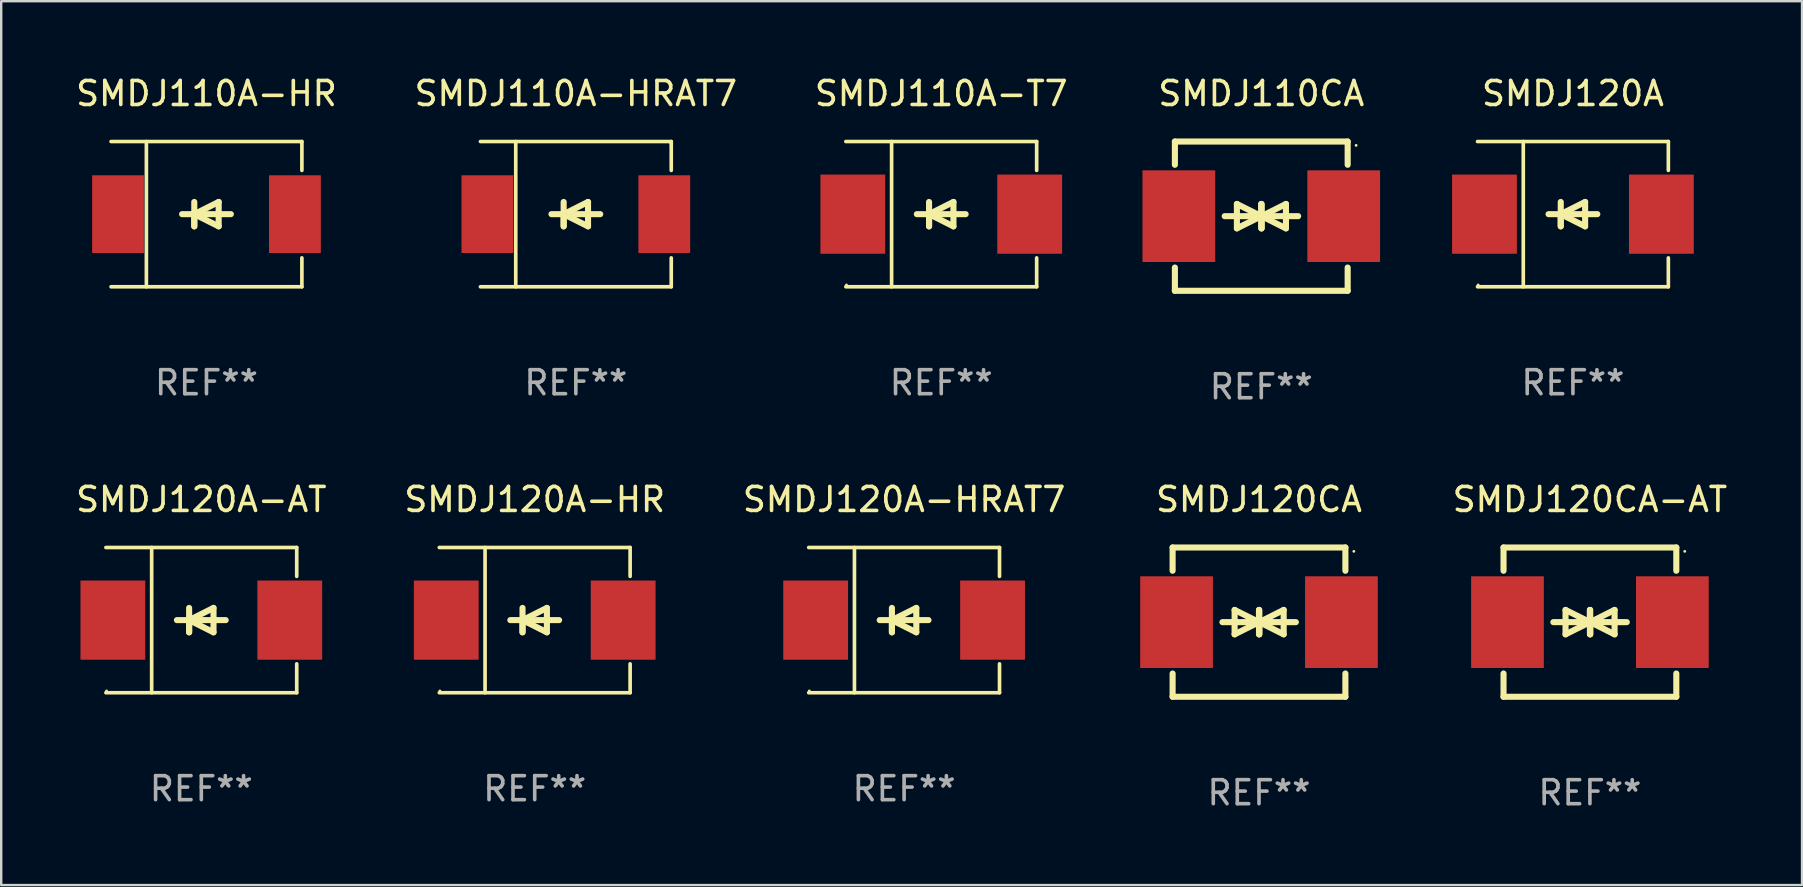
<source format=kicad_pcb>
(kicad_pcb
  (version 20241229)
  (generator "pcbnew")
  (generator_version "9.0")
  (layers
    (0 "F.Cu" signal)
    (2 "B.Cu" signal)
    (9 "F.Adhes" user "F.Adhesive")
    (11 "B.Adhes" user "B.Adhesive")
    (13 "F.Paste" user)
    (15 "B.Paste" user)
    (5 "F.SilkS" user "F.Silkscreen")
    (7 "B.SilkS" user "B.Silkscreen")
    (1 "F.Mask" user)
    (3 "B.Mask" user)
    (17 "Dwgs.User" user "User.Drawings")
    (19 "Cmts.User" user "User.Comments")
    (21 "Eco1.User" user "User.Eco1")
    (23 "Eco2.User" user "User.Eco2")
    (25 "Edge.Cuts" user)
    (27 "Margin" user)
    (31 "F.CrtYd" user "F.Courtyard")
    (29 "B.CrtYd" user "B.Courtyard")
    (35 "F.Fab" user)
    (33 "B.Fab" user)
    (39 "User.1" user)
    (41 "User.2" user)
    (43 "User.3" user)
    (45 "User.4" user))
  (footprint "SMDJ120CA-AT"
    (layer "F.Cu")
    (at 63.204 22.875)
    (property "Reference" "SMDJ120CA-AT" (at 0 -5.11 0) (layer "F.SilkS") (effects (font (size 1 1) (thickness 0.15))))
    (attr through_hole)
    (fp_line (start -3.6 -2.141) (end -3.6 -3.11) (stroke (width 0.254) (type solid)) (layer "F.SilkS"))
    (fp_line (start -3.6 3.11) (end -3.6 2.141) (stroke (width 0.254) (type solid)) (layer "F.SilkS"))
    (fp_line (start -1.524 0) (end 0.508 0) (stroke (width 0.254) (type solid)) (layer "F.SilkS"))
    (fp_line (start -1.016 -0.508) (end -1.016 0.508) (stroke (width 0.254) (type solid)) (layer "F.SilkS"))
    (fp_line (start -1.016 0.508) (end 0 0) (stroke (width 0.254) (type solid)) (layer "F.SilkS"))
    (fp_line (start 0 -0.508) (end 0 0.508) (stroke (width 0.254) (type solid)) (layer "F.SilkS"))
    (fp_line (start 0 0) (end -1.016 -0.508) (stroke (width 0.254) (type solid)) (layer "F.SilkS"))
    (fp_line (start 0 0) (end 0 -0.508) (stroke (width 0.254) (type solid)) (layer "F.SilkS"))
    (fp_line (start 0.012 0) (end 0.012 0.508) (stroke (width 0.254) (type solid)) (layer "F.SilkS"))
    (fp_line (start 0.012 0) (end 1.028 0.508) (stroke (width 0.254) (type solid)) (layer "F.SilkS"))
    (fp_line (start 0.012 0.508) (end 0.012 -0.508) (stroke (width 0.254) (type solid)) (layer "F.SilkS"))
    (fp_line (start 1.028 -0.508) (end 0.012 0) (stroke (width 0.254) (type solid)) (layer "F.SilkS"))
    (fp_line (start 1.028 0.508) (end 1.028 -0.508) (stroke (width 0.254) (type solid)) (layer "F.SilkS"))
    (fp_line (start 1.536 0) (end -0.496 0) (stroke (width 0.254) (type solid)) (layer "F.SilkS"))
    (fp_line (start 3.6 -3.11) (end -3.6 -3.11) (stroke (width 0.254) (type solid)) (layer "F.SilkS"))
    (fp_line (start 3.6 -2.141) (end 3.6 -3.11) (stroke (width 0.254) (type solid)) (layer "F.SilkS"))
    (fp_line (start 3.6 3.11) (end -3.6 3.11) (stroke (width 0.254) (type solid)) (layer "F.SilkS"))
    (fp_line (start 3.6 3.11) (end 3.6 2.141) (stroke (width 0.254) (type solid)) (layer "F.SilkS"))
    (fp_circle (center 3.952 -2.95) (end 3.982 -2.95) (stroke (width 0.06) (type solid)) (fill no) (layer "F.SilkS"))
    (fp_text user "REF**" (at 0 7.11 0) (layer "F.Fab") (effects (font (size 1 1) (thickness 0.15))))
    (pad "1" smd rect (at 3.435 0) (size 3.03 3.82) (layers "F.Cu" "F.Mask" "F.Paste"))
    (pad "2" smd rect (at -3.435 0) (size 3.03 3.82) (layers "F.Cu" "F.Mask" "F.Paste")))
  (footprint "SMDJ120A-HRAT7"
    (layer "F.Cu")
    (at 34.625 22.791)
    (property "Reference" "SMDJ120A-HRAT7" (at 0 -5.026 0) (layer "F.SilkS") (effects (font (size 1 1) (thickness 0.15))))
    (attr through_hole)
    (fp_line (start -3.976 -3.026) (end 3.976 -3.026) (stroke (width 0.152) (type solid)) (layer "F.SilkS"))
    (fp_line (start -3.976 3.026) (end 3.976 3.026) (stroke (width 0.152) (type solid)) (layer "F.SilkS"))
    (fp_line (start -2.069 -3.026) (end -2.069 3.026) (stroke (width 0.152) (type solid)) (layer "F.SilkS"))
    (fp_line (start -0.508 0) (end -0.508 0.508) (stroke (width 0.254) (type solid)) (layer "F.SilkS"))
    (fp_line (start -0.508 0) (end 0.508 0.508) (stroke (width 0.254) (type solid)) (layer "F.SilkS"))
    (fp_line (start -0.508 0.508) (end -0.508 -0.508) (stroke (width 0.254) (type solid)) (layer "F.SilkS"))
    (fp_line (start 0.508 -0.508) (end -0.508 0) (stroke (width 0.254) (type solid)) (layer "F.SilkS"))
    (fp_line (start 0.508 0.508) (end 0.508 -0.508) (stroke (width 0.254) (type solid)) (layer "F.SilkS"))
    (fp_line (start 1.016 0) (end -1.016 0) (stroke (width 0.254) (type solid)) (layer "F.SilkS"))
    (fp_line (start 3.976 -3.026) (end 3.976 -1.823) (stroke (width 0.152) (type solid)) (layer "F.SilkS"))
    (fp_line (start 3.976 3.026) (end 3.976 1.823) (stroke (width 0.152) (type solid)) (layer "F.SilkS"))
    (fp_circle (center -3.95 2.95) (end -3.92 2.95) (stroke (width 0.06) (type solid)) (fill no) (layer "F.SilkS"))
    (fp_text user "REF**" (at 0 7.026 0) (layer "F.Fab") (effects (font (size 1 1) (thickness 0.15))))
    (pad "1" smd rect (at -3.686 0) (size 2.7 3.3) (layers "F.Cu" "F.Mask" "F.Paste"))
    (pad "2" smd rect (at 3.686 0) (size 2.7 3.3) (layers "F.Cu" "F.Mask" "F.Paste")))
  (footprint "SMDJ120A-HR"
    (layer "F.Cu")
    (at 19.232 22.791)
    (property "Reference" "SMDJ120A-HR" (at 0 -5.026 0) (layer "F.SilkS") (effects (font (size 1 1) (thickness 0.15))))
    (attr through_hole)
    (fp_line (start -3.976 -3.026) (end 3.976 -3.026) (stroke (width 0.152) (type solid)) (layer "F.SilkS"))
    (fp_line (start -3.976 3.026) (end 3.976 3.026) (stroke (width 0.152) (type solid)) (layer "F.SilkS"))
    (fp_line (start -2.069 -3.026) (end -2.069 3.026) (stroke (width 0.152) (type solid)) (layer "F.SilkS"))
    (fp_line (start -0.508 0) (end -0.508 0.508) (stroke (width 0.254) (type solid)) (layer "F.SilkS"))
    (fp_line (start -0.508 0) (end 0.508 0.508) (stroke (width 0.254) (type solid)) (layer "F.SilkS"))
    (fp_line (start -0.508 0.508) (end -0.508 -0.508) (stroke (width 0.254) (type solid)) (layer "F.SilkS"))
    (fp_line (start 0.508 -0.508) (end -0.508 0) (stroke (width 0.254) (type solid)) (layer "F.SilkS"))
    (fp_line (start 0.508 0.508) (end 0.508 -0.508) (stroke (width 0.254) (type solid)) (layer "F.SilkS"))
    (fp_line (start 1.016 0) (end -1.016 0) (stroke (width 0.254) (type solid)) (layer "F.SilkS"))
    (fp_line (start 3.976 -3.026) (end 3.976 -1.823) (stroke (width 0.152) (type solid)) (layer "F.SilkS"))
    (fp_line (start 3.976 3.026) (end 3.976 1.823) (stroke (width 0.152) (type solid)) (layer "F.SilkS"))
    (fp_circle (center -3.95 2.95) (end -3.92 2.95) (stroke (width 0.06) (type solid)) (fill no) (layer "F.SilkS"))
    (fp_text user "REF**" (at 0 7.026 0) (layer "F.Fab") (effects (font (size 1 1) (thickness 0.15))))
    (pad "1" smd rect (at -3.686 0) (size 2.7 3.3) (layers "F.Cu" "F.Mask" "F.Paste"))
    (pad "2" smd rect (at 3.686 0) (size 2.7 3.3) (layers "F.Cu" "F.Mask" "F.Paste")))
  (footprint "SMDJ110A-HR"
    (layer "F.Cu")
    (at 5.554 5.874)
    (property "Reference" "SMDJ110A-HR" (at 0 -5.026 0) (layer "F.SilkS") (effects (font (size 1 1) (thickness 0.15))))
    (attr through_hole)
    (fp_line (start -3.976 -3.026) (end 3.976 -3.026) (stroke (width 0.152) (type solid)) (layer "F.SilkS"))
    (fp_line (start -3.976 3.026) (end 3.976 3.026) (stroke (width 0.152) (type solid)) (layer "F.SilkS"))
    (fp_line (start -2.504 -3.026) (end -2.504 3.026) (stroke (width 0.152) (type solid)) (layer "F.SilkS"))
    (fp_line (start -0.508 0) (end -0.508 0.508) (stroke (width 0.254) (type solid)) (layer "F.SilkS"))
    (fp_line (start -0.508 0) (end 0.508 0.508) (stroke (width 0.254) (type solid)) (layer "F.SilkS"))
    (fp_line (start -0.508 0.508) (end -0.508 -0.508) (stroke (width 0.254) (type solid)) (layer "F.SilkS"))
    (fp_line (start 0.508 -0.508) (end -0.508 0) (stroke (width 0.254) (type solid)) (layer "F.SilkS"))
    (fp_line (start 0.508 0.508) (end 0.508 -0.508) (stroke (width 0.254) (type solid)) (layer "F.SilkS"))
    (fp_line (start 1.016 0) (end -1.016 0) (stroke (width 0.254) (type solid)) (layer "F.SilkS"))
    (fp_line (start 3.976 -3.026) (end 3.976 -1.823) (stroke (width 0.152) (type solid)) (layer "F.SilkS"))
    (fp_line (start 3.976 3.026) (end 3.976 1.823) (stroke (width 0.152) (type solid)) (layer "F.SilkS"))
    (fp_circle (center 3.95 -2.95) (end 3.98 -2.95) (stroke (width 0.06) (type solid)) (fill no) (layer "F.SilkS"))
    (fp_text user "REF**" (at 0 7.026 0) (layer "F.Fab") (effects (font (size 1 1) (thickness 0.15))))
    (pad "1" smd rect (at 3.686 0 180) (size 2.158 3.24) (layers "F.Cu" "F.Mask" "F.Paste"))
    (pad "2" smd rect (at -3.686 0 180) (size 2.158 3.24) (layers "F.Cu" "F.Mask" "F.Paste")))
  (footprint "SMDJ110CA"
    (layer "F.Cu")
    (at 49.509 5.958)
    (property "Reference" "SMDJ110CA" (at 0 -5.11 0) (layer "F.SilkS") (effects (font (size 1 1) (thickness 0.15))))
    (attr through_hole)
    (fp_line (start -3.6 -2.141) (end -3.6 -3.11) (stroke (width 0.254) (type solid)) (layer "F.SilkS"))
    (fp_line (start -3.6 3.11) (end -3.6 2.141) (stroke (width 0.254) (type solid)) (layer "F.SilkS"))
    (fp_line (start -1.524 0) (end 0.508 0) (stroke (width 0.254) (type solid)) (layer "F.SilkS"))
    (fp_line (start -1.016 -0.508) (end -1.016 0.508) (stroke (width 0.254) (type solid)) (layer "F.SilkS"))
    (fp_line (start -1.016 0.508) (end 0 0) (stroke (width 0.254) (type solid)) (layer "F.SilkS"))
    (fp_line (start 0 -0.508) (end 0 0.508) (stroke (width 0.254) (type solid)) (layer "F.SilkS"))
    (fp_line (start 0 0) (end -1.016 -0.508) (stroke (width 0.254) (type solid)) (layer "F.SilkS"))
    (fp_line (start 0 0) (end 0 -0.508) (stroke (width 0.254) (type solid)) (layer "F.SilkS"))
    (fp_line (start 0.012 0) (end 0.012 0.508) (stroke (width 0.254) (type solid)) (layer "F.SilkS"))
    (fp_line (start 0.012 0) (end 1.028 0.508) (stroke (width 0.254) (type solid)) (layer "F.SilkS"))
    (fp_line (start 0.012 0.508) (end 0.012 -0.508) (stroke (width 0.254) (type solid)) (layer "F.SilkS"))
    (fp_line (start 1.028 -0.508) (end 0.012 0) (stroke (width 0.254) (type solid)) (layer "F.SilkS"))
    (fp_line (start 1.028 0.508) (end 1.028 -0.508) (stroke (width 0.254) (type solid)) (layer "F.SilkS"))
    (fp_line (start 1.536 0) (end -0.496 0) (stroke (width 0.254) (type solid)) (layer "F.SilkS"))
    (fp_line (start 3.6 -3.11) (end -3.6 -3.11) (stroke (width 0.254) (type solid)) (layer "F.SilkS"))
    (fp_line (start 3.6 -2.141) (end 3.6 -3.11) (stroke (width 0.254) (type solid)) (layer "F.SilkS"))
    (fp_line (start 3.6 3.11) (end -3.6 3.11) (stroke (width 0.254) (type solid)) (layer "F.SilkS"))
    (fp_line (start 3.6 3.11) (end 3.6 2.141) (stroke (width 0.254) (type solid)) (layer "F.SilkS"))
    (fp_circle (center 3.952 -2.95) (end 3.982 -2.95) (stroke (width 0.06) (type solid)) (fill no) (layer "F.SilkS"))
    (fp_text user "REF**" (at 0 7.11 0) (layer "F.Fab") (effects (font (size 1 1) (thickness 0.15))))
    (pad "1" smd rect (at 3.435 0) (size 3.03 3.82) (layers "F.Cu" "F.Mask" "F.Paste"))
    (pad "2" smd rect (at -3.435 0) (size 3.03 3.82) (layers "F.Cu" "F.Mask" "F.Paste")))
  (footprint "SMDJ120A"
    (layer "F.Cu")
    (at 62.496 5.874)
    (property "Reference" "SMDJ120A" (at 0 -5.026 0) (layer "F.SilkS") (effects (font (size 1 1) (thickness 0.15))))
    (attr through_hole)
    (fp_line (start -3.976 -3.026) (end 3.976 -3.026) (stroke (width 0.152) (type solid)) (layer "F.SilkS"))
    (fp_line (start -3.976 3.026) (end 3.976 3.026) (stroke (width 0.152) (type solid)) (layer "F.SilkS"))
    (fp_line (start -2.069 -3.026) (end -2.069 3.026) (stroke (width 0.152) (type solid)) (layer "F.SilkS"))
    (fp_line (start -0.508 0) (end -0.508 0.508) (stroke (width 0.254) (type solid)) (layer "F.SilkS"))
    (fp_line (start -0.508 0) (end 0.508 0.508) (stroke (width 0.254) (type solid)) (layer "F.SilkS"))
    (fp_line (start -0.508 0.508) (end -0.508 -0.508) (stroke (width 0.254) (type solid)) (layer "F.SilkS"))
    (fp_line (start 0.508 -0.508) (end -0.508 0) (stroke (width 0.254) (type solid)) (layer "F.SilkS"))
    (fp_line (start 0.508 0.508) (end 0.508 -0.508) (stroke (width 0.254) (type solid)) (layer "F.SilkS"))
    (fp_line (start 1.016 0) (end -1.016 0) (stroke (width 0.254) (type solid)) (layer "F.SilkS"))
    (fp_line (start 3.976 -3.026) (end 3.976 -1.823) (stroke (width 0.152) (type solid)) (layer "F.SilkS"))
    (fp_line (start 3.976 3.026) (end 3.976 1.823) (stroke (width 0.152) (type solid)) (layer "F.SilkS"))
    (fp_circle (center -3.95 2.95) (end -3.92 2.95) (stroke (width 0.06) (type solid)) (fill no) (layer "F.SilkS"))
    (fp_text user "REF**" (at 0 7.026 0) (layer "F.Fab") (effects (font (size 1 1) (thickness 0.15))))
    (pad "1" smd rect (at -3.686 0) (size 2.7 3.3) (layers "F.Cu" "F.Mask" "F.Paste"))
    (pad "2" smd rect (at 3.686 0) (size 2.7 3.3) (layers "F.Cu" "F.Mask" "F.Paste")))
  (footprint "SMDJ120CA"
    (layer "F.Cu")
    (at 49.414 22.875)
    (property "Reference" "SMDJ120CA" (at 0 -5.11 0) (layer "F.SilkS") (effects (font (size 1 1) (thickness 0.15))))
    (attr through_hole)
    (fp_line (start -3.6 -2.141) (end -3.6 -3.11) (stroke (width 0.254) (type solid)) (layer "F.SilkS"))
    (fp_line (start -3.6 3.11) (end -3.6 2.141) (stroke (width 0.254) (type solid)) (layer "F.SilkS"))
    (fp_line (start -1.524 0) (end 0.508 0) (stroke (width 0.254) (type solid)) (layer "F.SilkS"))
    (fp_line (start -1.016 -0.508) (end -1.016 0.508) (stroke (width 0.254) (type solid)) (layer "F.SilkS"))
    (fp_line (start -1.016 0.508) (end 0 0) (stroke (width 0.254) (type solid)) (layer "F.SilkS"))
    (fp_line (start 0 -0.508) (end 0 0.508) (stroke (width 0.254) (type solid)) (layer "F.SilkS"))
    (fp_line (start 0 0) (end -1.016 -0.508) (stroke (width 0.254) (type solid)) (layer "F.SilkS"))
    (fp_line (start 0 0) (end 0 -0.508) (stroke (width 0.254) (type solid)) (layer "F.SilkS"))
    (fp_line (start 0.012 0) (end 0.012 0.508) (stroke (width 0.254) (type solid)) (layer "F.SilkS"))
    (fp_line (start 0.012 0) (end 1.028 0.508) (stroke (width 0.254) (type solid)) (layer "F.SilkS"))
    (fp_line (start 0.012 0.508) (end 0.012 -0.508) (stroke (width 0.254) (type solid)) (layer "F.SilkS"))
    (fp_line (start 1.028 -0.508) (end 0.012 0) (stroke (width 0.254) (type solid)) (layer "F.SilkS"))
    (fp_line (start 1.028 0.508) (end 1.028 -0.508) (stroke (width 0.254) (type solid)) (layer "F.SilkS"))
    (fp_line (start 1.536 0) (end -0.496 0) (stroke (width 0.254) (type solid)) (layer "F.SilkS"))
    (fp_line (start 3.6 -3.11) (end -3.6 -3.11) (stroke (width 0.254) (type solid)) (layer "F.SilkS"))
    (fp_line (start 3.6 -2.141) (end 3.6 -3.11) (stroke (width 0.254) (type solid)) (layer "F.SilkS"))
    (fp_line (start 3.6 3.11) (end -3.6 3.11) (stroke (width 0.254) (type solid)) (layer "F.SilkS"))
    (fp_line (start 3.6 3.11) (end 3.6 2.141) (stroke (width 0.254) (type solid)) (layer "F.SilkS"))
    (fp_circle (center 3.952 -2.95) (end 3.982 -2.95) (stroke (width 0.06) (type solid)) (fill no) (layer "F.SilkS"))
    (fp_text user "REF**" (at 0 7.11 0) (layer "F.Fab") (effects (font (size 1 1) (thickness 0.15))))
    (pad "1" smd rect (at 3.435 0) (size 3.03 3.82) (layers "F.Cu" "F.Mask" "F.Paste"))
    (pad "2" smd rect (at -3.435 0) (size 3.03 3.82) (layers "F.Cu" "F.Mask" "F.Paste")))
  (footprint "SMDJ110A-HRAT7"
    (layer "F.Cu")
    (at 20.946 5.874)
    (property "Reference" "SMDJ110A-HRAT7" (at 0 -5.026 0) (layer "F.SilkS") (effects (font (size 1 1) (thickness 0.15))))
    (attr through_hole)
    (fp_line (start -3.976 -3.026) (end 3.976 -3.026) (stroke (width 0.152) (type solid)) (layer "F.SilkS"))
    (fp_line (start -3.976 3.026) (end 3.976 3.026) (stroke (width 0.152) (type solid)) (layer "F.SilkS"))
    (fp_line (start -2.504 -3.026) (end -2.504 3.026) (stroke (width 0.152) (type solid)) (layer "F.SilkS"))
    (fp_line (start -0.508 0) (end -0.508 0.508) (stroke (width 0.254) (type solid)) (layer "F.SilkS"))
    (fp_line (start -0.508 0) (end 0.508 0.508) (stroke (width 0.254) (type solid)) (layer "F.SilkS"))
    (fp_line (start -0.508 0.508) (end -0.508 -0.508) (stroke (width 0.254) (type solid)) (layer "F.SilkS"))
    (fp_line (start 0.508 -0.508) (end -0.508 0) (stroke (width 0.254) (type solid)) (layer "F.SilkS"))
    (fp_line (start 0.508 0.508) (end 0.508 -0.508) (stroke (width 0.254) (type solid)) (layer "F.SilkS"))
    (fp_line (start 1.016 0) (end -1.016 0) (stroke (width 0.254) (type solid)) (layer "F.SilkS"))
    (fp_line (start 3.976 -3.026) (end 3.976 -1.823) (stroke (width 0.152) (type solid)) (layer "F.SilkS"))
    (fp_line (start 3.976 3.026) (end 3.976 1.823) (stroke (width 0.152) (type solid)) (layer "F.SilkS"))
    (fp_circle (center 3.95 -2.95) (end 3.98 -2.95) (stroke (width 0.06) (type solid)) (fill no) (layer "F.SilkS"))
    (fp_text user "REF**" (at 0 7.026 0) (layer "F.Fab") (effects (font (size 1 1) (thickness 0.15))))
    (pad "1" smd rect (at 3.686 0 180) (size 2.158 3.24) (layers "F.Cu" "F.Mask" "F.Paste"))
    (pad "2" smd rect (at -3.686 0 180) (size 2.158 3.24) (layers "F.Cu" "F.Mask" "F.Paste")))
  (footprint "SMDJ110A-T7"
    (layer "F.Cu")
    (at 36.173 5.874)
    (property "Reference" "SMDJ110A-T7" (at 0 -5.026 0) (layer "F.SilkS") (effects (font (size 1 1) (thickness 0.15))))
    (attr through_hole)
    (fp_line (start -3.976 -3.026) (end 3.976 -3.026) (stroke (width 0.152) (type solid)) (layer "F.SilkS"))
    (fp_line (start -3.976 3.026) (end 3.976 3.026) (stroke (width 0.152) (type solid)) (layer "F.SilkS"))
    (fp_line (start -2.069 -3.026) (end -2.069 3.026) (stroke (width 0.152) (type solid)) (layer "F.SilkS"))
    (fp_line (start -0.508 0) (end -0.508 0.508) (stroke (width 0.254) (type solid)) (layer "F.SilkS"))
    (fp_line (start -0.508 0) (end 0.508 0.508) (stroke (width 0.254) (type solid)) (layer "F.SilkS"))
    (fp_line (start -0.508 0.508) (end -0.508 -0.508) (stroke (width 0.254) (type solid)) (layer "F.SilkS"))
    (fp_line (start 0.508 -0.508) (end -0.508 0) (stroke (width 0.254) (type solid)) (layer "F.SilkS"))
    (fp_line (start 0.508 0.508) (end 0.508 -0.508) (stroke (width 0.254) (type solid)) (layer "F.SilkS"))
    (fp_line (start 1.016 0) (end -1.016 0) (stroke (width 0.254) (type solid)) (layer "F.SilkS"))
    (fp_line (start 3.976 -3.026) (end 3.976 -1.823) (stroke (width 0.152) (type solid)) (layer "F.SilkS"))
    (fp_line (start 3.976 3.026) (end 3.976 1.823) (stroke (width 0.152) (type solid)) (layer "F.SilkS"))
    (fp_circle (center -3.95 2.95) (end -3.92 2.95) (stroke (width 0.06) (type solid)) (fill no) (layer "F.SilkS"))
    (fp_text user "REF**" (at 0 7.026 0) (layer "F.Fab") (effects (font (size 1 1) (thickness 0.15))))
    (pad "1" smd rect (at -3.686 0) (size 2.7 3.3) (layers "F.Cu" "F.Mask" "F.Paste"))
    (pad "2" smd rect (at 3.686 0) (size 2.7 3.3) (layers "F.Cu" "F.Mask" "F.Paste")))
  (footprint "SMDJ120A-AT"
    (layer "F.Cu")
    (at 5.339 22.791)
    (property "Reference" "SMDJ120A-AT" (at 0 -5.026 0) (layer "F.SilkS") (effects (font (size 1 1) (thickness 0.15))))
    (attr through_hole)
    (fp_line (start -3.976 -3.026) (end 3.976 -3.026) (stroke (width 0.152) (type solid)) (layer "F.SilkS"))
    (fp_line (start -3.976 3.026) (end 3.976 3.026) (stroke (width 0.152) (type solid)) (layer "F.SilkS"))
    (fp_line (start -2.069 -3.026) (end -2.069 3.026) (stroke (width 0.152) (type solid)) (layer "F.SilkS"))
    (fp_line (start -0.508 0) (end -0.508 0.508) (stroke (width 0.254) (type solid)) (layer "F.SilkS"))
    (fp_line (start -0.508 0) (end 0.508 0.508) (stroke (width 0.254) (type solid)) (layer "F.SilkS"))
    (fp_line (start -0.508 0.508) (end -0.508 -0.508) (stroke (width 0.254) (type solid)) (layer "F.SilkS"))
    (fp_line (start 0.508 -0.508) (end -0.508 0) (stroke (width 0.254) (type solid)) (layer "F.SilkS"))
    (fp_line (start 0.508 0.508) (end 0.508 -0.508) (stroke (width 0.254) (type solid)) (layer "F.SilkS"))
    (fp_line (start 1.016 0) (end -1.016 0) (stroke (width 0.254) (type solid)) (layer "F.SilkS"))
    (fp_line (start 3.976 -3.026) (end 3.976 -1.823) (stroke (width 0.152) (type solid)) (layer "F.SilkS"))
    (fp_line (start 3.976 3.026) (end 3.976 1.823) (stroke (width 0.152) (type solid)) (layer "F.SilkS"))
    (fp_circle (center -3.95 2.95) (end -3.92 2.95) (stroke (width 0.06) (type solid)) (fill no) (layer "F.SilkS"))
    (fp_text user "REF**" (at 0 7.026 0) (layer "F.Fab") (effects (font (size 1 1) (thickness 0.15))))
    (pad "1" smd rect (at -3.686 0) (size 2.7 3.3) (layers "F.Cu" "F.Mask" "F.Paste"))
    (pad "2" smd rect (at 3.686 0) (size 2.7 3.3) (layers "F.Cu" "F.Mask" "F.Paste")))
  (gr_rect
    (start -3 -3)
    (end 72.043 33.833)
    (stroke (width 0.1) (type default))
    (fill no)
    (layer "Edge.Cuts")))
</source>
